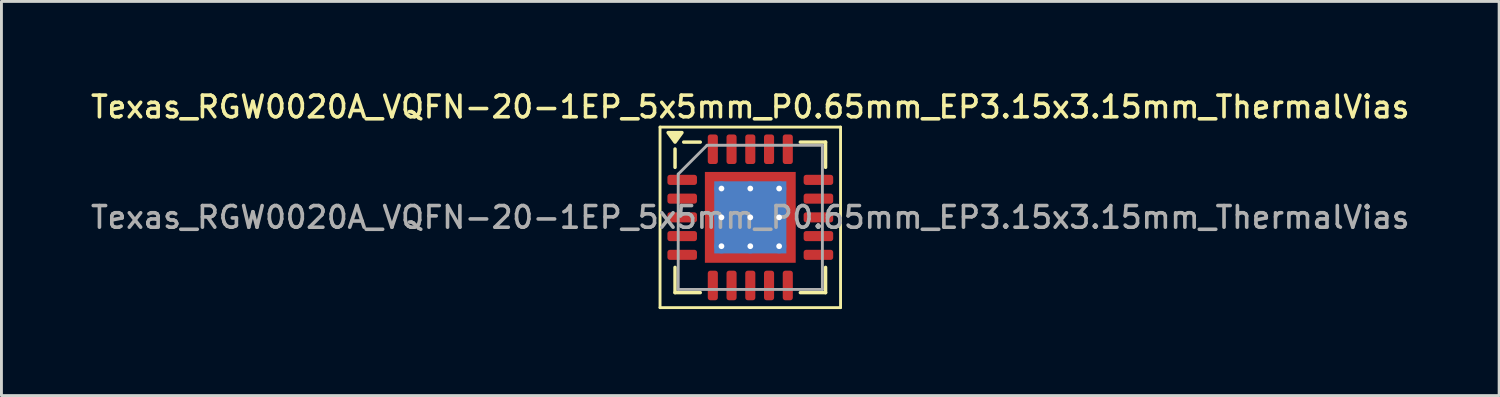
<source format=kicad_pcb>
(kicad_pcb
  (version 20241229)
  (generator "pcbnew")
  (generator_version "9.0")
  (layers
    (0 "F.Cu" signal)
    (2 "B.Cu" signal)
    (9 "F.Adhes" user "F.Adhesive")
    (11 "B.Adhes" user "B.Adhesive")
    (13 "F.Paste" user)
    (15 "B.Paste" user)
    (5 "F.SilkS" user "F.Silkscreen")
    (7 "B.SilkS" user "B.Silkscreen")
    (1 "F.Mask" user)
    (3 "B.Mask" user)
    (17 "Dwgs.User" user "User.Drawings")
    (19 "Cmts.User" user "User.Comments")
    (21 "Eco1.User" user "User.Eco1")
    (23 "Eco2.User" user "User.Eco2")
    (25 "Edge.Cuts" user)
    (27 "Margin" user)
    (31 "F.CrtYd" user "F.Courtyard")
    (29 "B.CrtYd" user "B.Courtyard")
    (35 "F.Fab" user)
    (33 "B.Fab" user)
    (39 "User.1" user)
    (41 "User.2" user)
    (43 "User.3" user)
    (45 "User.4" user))
  (footprint "Texas_RGW0020A_VQFN-20-1EP_5x5mm_P0.65mm_EP3.15x3.15mm_ThermalVias"
    (layer "F.Cu")
    (at 22.97 4.488)
    (property "Reference" "Texas_RGW0020A_VQFN-20-1EP_5x5mm_P0.65mm_EP3.15x3.15mm_ThermalVias" (at 0 -3.83 0) (layer "F.SilkS") (effects (font (size 0.75 0.75) (thickness 0.125))))
    (attr smd)
    (fp_line (start -3.13 -3.13) (end -3.13 3.13) (stroke (width 0.1) (type solid)) (layer "F.SilkS"))
    (fp_line (start -3.13 3.13) (end 3.13 3.13) (stroke (width 0.1) (type solid)) (layer "F.SilkS"))
    (fp_line (start -2.61 -1.735) (end -2.61 -2.37) (stroke (width 0.12) (type solid)) (layer "F.SilkS"))
    (fp_line (start -2.61 2.61) (end -2.61 1.735) (stroke (width 0.12) (type solid)) (layer "F.SilkS"))
    (fp_line (start -1.735 -2.61) (end -2.31 -2.61) (stroke (width 0.12) (type solid)) (layer "F.SilkS"))
    (fp_line (start -1.735 2.61) (end -2.61 2.61) (stroke (width 0.12) (type solid)) (layer "F.SilkS"))
    (fp_line (start 1.735 -2.61) (end 2.61 -2.61) (stroke (width 0.12) (type solid)) (layer "F.SilkS"))
    (fp_line (start 1.735 2.61) (end 2.61 2.61) (stroke (width 0.12) (type solid)) (layer "F.SilkS"))
    (fp_line (start 2.61 -2.61) (end 2.61 -1.735) (stroke (width 0.12) (type solid)) (layer "F.SilkS"))
    (fp_line (start 2.61 2.61) (end 2.61 1.735) (stroke (width 0.12) (type solid)) (layer "F.SilkS"))
    (fp_line (start 3.13 -3.13) (end -3.13 -3.13) (stroke (width 0.1) (type solid)) (layer "F.SilkS"))
    (fp_line (start 3.13 3.13) (end 3.13 -3.13) (stroke (width 0.1) (type solid)) (layer "F.SilkS"))
    (fp_poly (pts (xy -2.61 -2.61) (xy -2.85 -2.94) (xy -2.37 -2.94) (xy -2.61 -2.61)) (stroke (width 0.12) (type solid)) (fill yes) (layer "F.SilkS"))
    (fp_line (start -2.5 -1.5) (end -1.5 -2.5) (stroke (width 0.1) (type solid)) (layer "F.Fab"))
    (fp_line (start -2.5 2.5) (end -2.5 -1.5) (stroke (width 0.1) (type solid)) (layer "F.Fab"))
    (fp_line (start -1.5 -2.5) (end 2.5 -2.5) (stroke (width 0.1) (type solid)) (layer "F.Fab"))
    (fp_line (start 2.5 -2.5) (end 2.5 2.5) (stroke (width 0.1) (type solid)) (layer "F.Fab"))
    (fp_line (start 2.5 2.5) (end -2.5 2.5) (stroke (width 0.1) (type solid)) (layer "F.Fab"))
    (fp_text user "${REFERENCE}" (at 0 0 0) (layer "F.Fab") (effects (font (size 0.75 0.75) (thickness 0.125))))
    (pad "" smd custom (at -1.288 -1.288) (size 0.342 0.342) (layers "F.Paste") (options (anchor circle)) (primitives (gr_poly (pts (xy -0.116 -0.116) (xy 0.116 -0.116) (xy 0.116 0.012) (xy 0.012 0.116) (xy -0.116 0.116)) (width 0.232) (fill yes))))
    (pad "" smd custom (at -1.288 -0.5) (size 0.371 0.371) (layers "F.Paste") (options (anchor circle)) (primitives (gr_poly (pts (xy -0.14 -0.311) (xy 0.063 -0.311) (xy 0.14 -0.235) (xy 0.14 0.235) (xy 0.063 0.311) (xy -0.14 0.311)) (width 0.184) (fill yes))))
    (pad "" smd custom (at -1.288 0.5) (size 0.371 0.371) (layers "F.Paste") (options (anchor circle)) (primitives (gr_poly (pts (xy -0.14 -0.311) (xy 0.063 -0.311) (xy 0.14 -0.235) (xy 0.14 0.235) (xy 0.063 0.311) (xy -0.14 0.311)) (width 0.184) (fill yes))))
    (pad "" smd custom (at -1.288 1.288) (size 0.342 0.342) (layers "F.Paste") (options (anchor circle)) (primitives (gr_poly (pts (xy -0.116 -0.116) (xy 0.012 -0.116) (xy 0.116 -0.012) (xy 0.116 0.116) (xy -0.116 0.116)) (width 0.232) (fill yes))))
    (pad "" smd custom (at -0.5 -1.288) (size 0.371 0.371) (layers "F.Paste") (options (anchor circle)) (primitives (gr_poly (pts (xy -0.311 -0.14) (xy 0.311 -0.14) (xy 0.311 0.063) (xy 0.235 0.14) (xy -0.235 0.14) (xy -0.311 0.063)) (width 0.184) (fill yes))))
    (pad "" smd roundrect (at -0.5 -0.5) (size 0.806 0.806) (layers "F.Paste") (roundrect_rratio 0.25))
    (pad "" smd roundrect (at -0.5 0.5) (size 0.806 0.806) (layers "F.Paste") (roundrect_rratio 0.25))
    (pad "" smd custom (at -0.5 1.288) (size 0.371 0.371) (layers "F.Paste") (options (anchor circle)) (primitives (gr_poly (pts (xy -0.311 -0.063) (xy -0.235 -0.14) (xy 0.235 -0.14) (xy 0.311 -0.063) (xy 0.311 0.14) (xy -0.311 0.14)) (width 0.184) (fill yes))))
    (pad "" smd custom (at 0.5 -1.288) (size 0.371 0.371) (layers "F.Paste") (options (anchor circle)) (primitives (gr_poly (pts (xy -0.311 -0.14) (xy 0.311 -0.14) (xy 0.311 0.063) (xy 0.235 0.14) (xy -0.235 0.14) (xy -0.311 0.063)) (width 0.184) (fill yes))))
    (pad "" smd roundrect (at 0.5 -0.5) (size 0.806 0.806) (layers "F.Paste") (roundrect_rratio 0.25))
    (pad "" smd roundrect (at 0.5 0.5) (size 0.806 0.806) (layers "F.Paste") (roundrect_rratio 0.25))
    (pad "" smd custom (at 0.5 1.288) (size 0.371 0.371) (layers "F.Paste") (options (anchor circle)) (primitives (gr_poly (pts (xy -0.311 -0.063) (xy -0.235 -0.14) (xy 0.235 -0.14) (xy 0.311 -0.063) (xy 0.311 0.14) (xy -0.311 0.14)) (width 0.184) (fill yes))))
    (pad "" smd custom (at 1.288 -1.288) (size 0.342 0.342) (layers "F.Paste") (options (anchor circle)) (primitives (gr_poly (pts (xy -0.116 -0.116) (xy 0.116 -0.116) (xy 0.116 0.116) (xy -0.012 0.116) (xy -0.116 0.012)) (width 0.232) (fill yes))))
    (pad "" smd custom (at 1.288 -0.5) (size 0.371 0.371) (layers "F.Paste") (options (anchor circle)) (primitives (gr_poly (pts (xy -0.14 -0.235) (xy -0.063 -0.311) (xy 0.14 -0.311) (xy 0.14 0.311) (xy -0.063 0.311) (xy -0.14 0.235)) (width 0.184) (fill yes))))
    (pad "" smd custom (at 1.288 0.5) (size 0.371 0.371) (layers "F.Paste") (options (anchor circle)) (primitives (gr_poly (pts (xy -0.14 -0.235) (xy -0.063 -0.311) (xy 0.14 -0.311) (xy 0.14 0.311) (xy -0.063 0.311) (xy -0.14 0.235)) (width 0.184) (fill yes))))
    (pad "" smd custom (at 1.288 1.288) (size 0.342 0.342) (layers "F.Paste") (options (anchor circle)) (primitives (gr_poly (pts (xy -0.116 -0.012) (xy -0.012 -0.116) (xy 0.116 -0.116) (xy 0.116 0.116) (xy -0.116 0.116)) (width 0.232) (fill yes))))
    (pad "1" smd roundrect (at -2.362 -1.3) (size 1.025 0.35) (layers "F.Cu" "F.Mask" "F.Paste") (roundrect_rratio 0.25))
    (pad "2" smd roundrect (at -2.362 -0.65) (size 1.025 0.35) (layers "F.Cu" "F.Mask" "F.Paste") (roundrect_rratio 0.25))
    (pad "3" smd roundrect (at -2.362 0) (size 1.025 0.35) (layers "F.Cu" "F.Mask" "F.Paste") (roundrect_rratio 0.25))
    (pad "4" smd roundrect (at -2.362 0.65) (size 1.025 0.35) (layers "F.Cu" "F.Mask" "F.Paste") (roundrect_rratio 0.25))
    (pad "5" smd roundrect (at -2.362 1.3) (size 1.025 0.35) (layers "F.Cu" "F.Mask" "F.Paste") (roundrect_rratio 0.25))
    (pad "6" smd roundrect (at -1.3 2.362) (size 0.35 1.025) (layers "F.Cu" "F.Mask" "F.Paste") (roundrect_rratio 0.25))
    (pad "7" smd roundrect (at -0.65 2.362) (size 0.35 1.025) (layers "F.Cu" "F.Mask" "F.Paste") (roundrect_rratio 0.25))
    (pad "8" smd roundrect (at 0 2.362) (size 0.35 1.025) (layers "F.Cu" "F.Mask" "F.Paste") (roundrect_rratio 0.25))
    (pad "9" smd roundrect (at 0.65 2.362) (size 0.35 1.025) (layers "F.Cu" "F.Mask" "F.Paste") (roundrect_rratio 0.25))
    (pad "10" smd roundrect (at 1.3 2.362) (size 0.35 1.025) (layers "F.Cu" "F.Mask" "F.Paste") (roundrect_rratio 0.25))
    (pad "11" smd roundrect (at 2.362 1.3) (size 1.025 0.35) (layers "F.Cu" "F.Mask" "F.Paste") (roundrect_rratio 0.25))
    (pad "12" smd roundrect (at 2.362 0.65) (size 1.025 0.35) (layers "F.Cu" "F.Mask" "F.Paste") (roundrect_rratio 0.25))
    (pad "13" smd roundrect (at 2.362 0) (size 1.025 0.35) (layers "F.Cu" "F.Mask" "F.Paste") (roundrect_rratio 0.25))
    (pad "14" smd roundrect (at 2.362 -0.65) (size 1.025 0.35) (layers "F.Cu" "F.Mask" "F.Paste") (roundrect_rratio 0.25))
    (pad "15" smd roundrect (at 2.362 -1.3) (size 1.025 0.35) (layers "F.Cu" "F.Mask" "F.Paste") (roundrect_rratio 0.25))
    (pad "16" smd roundrect (at 1.3 -2.362) (size 0.35 1.025) (layers "F.Cu" "F.Mask" "F.Paste") (roundrect_rratio 0.25))
    (pad "17" smd roundrect (at 0.65 -2.362) (size 0.35 1.025) (layers "F.Cu" "F.Mask" "F.Paste") (roundrect_rratio 0.25))
    (pad "18" smd roundrect (at 0 -2.362) (size 0.35 1.025) (layers "F.Cu" "F.Mask" "F.Paste") (roundrect_rratio 0.25))
    (pad "19" smd roundrect (at -0.65 -2.362) (size 0.35 1.025) (layers "F.Cu" "F.Mask" "F.Paste") (roundrect_rratio 0.25))
    (pad "20" smd roundrect (at -1.3 -2.362) (size 0.35 1.025) (layers "F.Cu" "F.Mask" "F.Paste") (roundrect_rratio 0.25))
    (pad "21" thru_hole circle (at -1 -1) (size 0.5 0.5) (drill 0.2) (property pad_prop_heatsink) (layers "*.Cu"))
    (pad "21" thru_hole circle (at -1 0) (size 0.5 0.5) (drill 0.2) (property pad_prop_heatsink) (layers "*.Cu"))
    (pad "21" thru_hole circle (at -1 1) (size 0.5 0.5) (drill 0.2) (property pad_prop_heatsink) (layers "*.Cu"))
    (pad "21" thru_hole circle (at 0 -1) (size 0.5 0.5) (drill 0.2) (property pad_prop_heatsink) (layers "*.Cu"))
    (pad "21" thru_hole circle (at 0 0) (size 0.5 0.5) (drill 0.2) (property pad_prop_heatsink) (layers "*.Cu"))
    (pad "21" smd rect (at 0 0) (size 2.5 2.5) (property pad_prop_heatsink) (layers "B.Cu"))
    (pad "21" smd rect (at 0 0) (size 3.15 3.15) (property pad_prop_heatsink) (layers "F.Cu" "F.Mask"))
    (pad "21" thru_hole circle (at 0 1) (size 0.5 0.5) (drill 0.2) (property pad_prop_heatsink) (layers "*.Cu"))
    (pad "21" thru_hole circle (at 1 -1) (size 0.5 0.5) (drill 0.2) (property pad_prop_heatsink) (layers "*.Cu"))
    (pad "21" thru_hole circle (at 1 0) (size 0.5 0.5) (drill 0.2) (property pad_prop_heatsink) (layers "*.Cu"))
    (pad "21" thru_hole circle (at 1 1) (size 0.5 0.5) (drill 0.2) (property pad_prop_heatsink) (layers "*.Cu")))
  (gr_rect
    (start -3 -3)
    (end 48.939 10.668)
    (stroke (width 0.1) (type default))
    (fill no)
    (layer "Edge.Cuts")))
</source>
